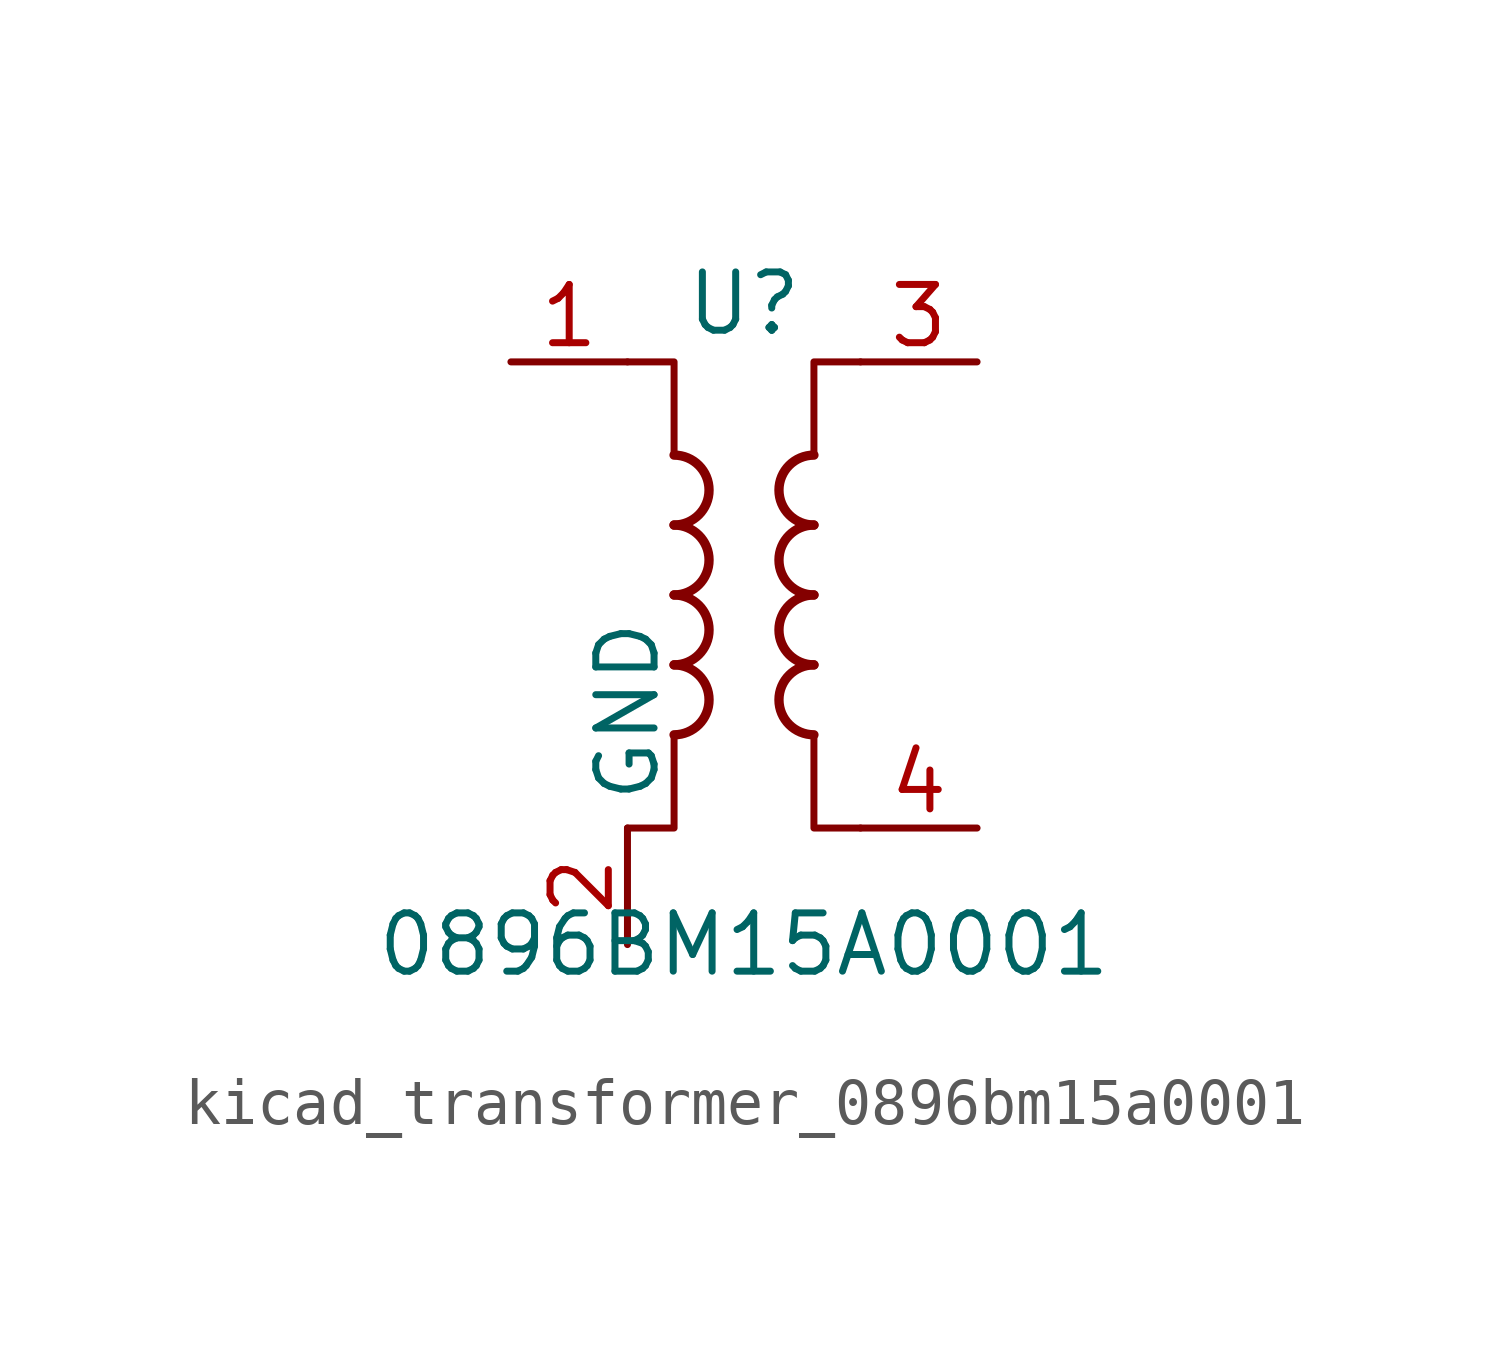
<source format=kicad_sym>
(kicad_symbol_lib
  (version 20220914)
  (generator kicad_symbol_editor)
  (symbol "kicad_transformer_0896bm15a0001"
    (property "Reference" "U"
      (at 0 6.35 0)
      (effects (font (size 1.27 1.27))))
    (property "Value" "0896BM15A0001"
      (at 0 -7.62 0)
      (effects (font (size 1.27 1.27))))
    (symbol "kicad_transformer_0896bm15a0001_1_1"
      (arc (start -1.524 -3.048) (mid -0.7653 -2.286) (end -1.524 -1.524) (stroke (width 0.2032) (type default)) (fill (type none)))
      (arc (start -1.524 -1.524) (mid -0.7653 -0.762) (end -1.524 0) (stroke (width 0.2032) (type default)) (fill (type none)))
      (arc (start -1.524 0) (mid -0.7653 0.762) (end -1.524 1.524) (stroke (width 0.2032) (type default)) (fill (type none)))
      (arc (start -1.524 1.524) (mid -0.7653 2.286) (end -1.524 3.048) (stroke (width 0.2032) (type default)) (fill (type none)))
      (polyline (pts (xy -2.54 5.08) (xy -1.524 5.08) (xy -1.524 3.048)) (stroke (width 0.152) (type default)) (fill (type none)))
      (polyline (pts (xy -1.524 -3.048) (xy -1.524 -5.08) (xy -2.54 -5.08)) (stroke (width 0.152) (type default)) (fill (type none)))
      (polyline (pts (xy 1.524 3.048) (xy 1.524 5.08) (xy 2.54 5.08)) (stroke (width 0.152) (type default)) (fill (type none)))
      (polyline (pts (xy 2.54 -5.08) (xy 1.524 -5.08) (xy 1.524 -3.048)) (stroke (width 0.152) (type default)) (fill (type none)))
      (arc (start 1.524 -1.524) (mid 0.7653 -2.286) (end 1.524 -3.048) (stroke (width 0.2032) (type default)) (fill (type none)))
      (arc (start 1.524 0) (mid 0.7653 -0.762) (end 1.524 -1.524) (stroke (width 0.2032) (type default)) (fill (type none)))
      (arc (start 1.524 1.524) (mid 0.7653 0.762) (end 1.524 0) (stroke (width 0.2032) (type default)) (fill (type none)))
      (arc (start 1.524 3.048) (mid 0.7653 2.286) (end 1.524 1.524) (stroke (width 0.2032) (type default)) (fill (type none)))
      (pin passive line (at -5.08 5.08 0) (length 2.54) (name "~" (effects (font (size 1.27 1.27)))) (number "1" (effects (font (size 1.27 1.27)))))
      (pin power_in line (at -2.54 -7.62 90) (length 2.54) (name "GND" (effects (font (size 1.27 1.27)))) (number "2" (effects (font (size 1.27 1.27)))))
      (pin passive line (at 5.08 5.08 180) (length 2.54) (name "~" (effects (font (size 1.27 1.27)))) (number "3" (effects (font (size 1.27 1.27)))))
      (pin passive line (at 5.08 -5.08 180) (length 2.54) (name "~" (effects (font (size 1.27 1.27)))) (number "4" (effects (font (size 1.27 1.27)))))
      (pin passive line (at -2.54 -7.62 90) (length 2.54) hide (name "GND" (effects (font (size 1.27 1.27)))) (number "5" (effects (font (size 1.27 1.27)))))
      (pin passive line (at -2.54 -7.62 90) (length 2.54) hide (name "GND" (effects (font (size 1.27 1.27)))) (number "6" (effects (font (size 1.27 1.27))))))))
</source>
